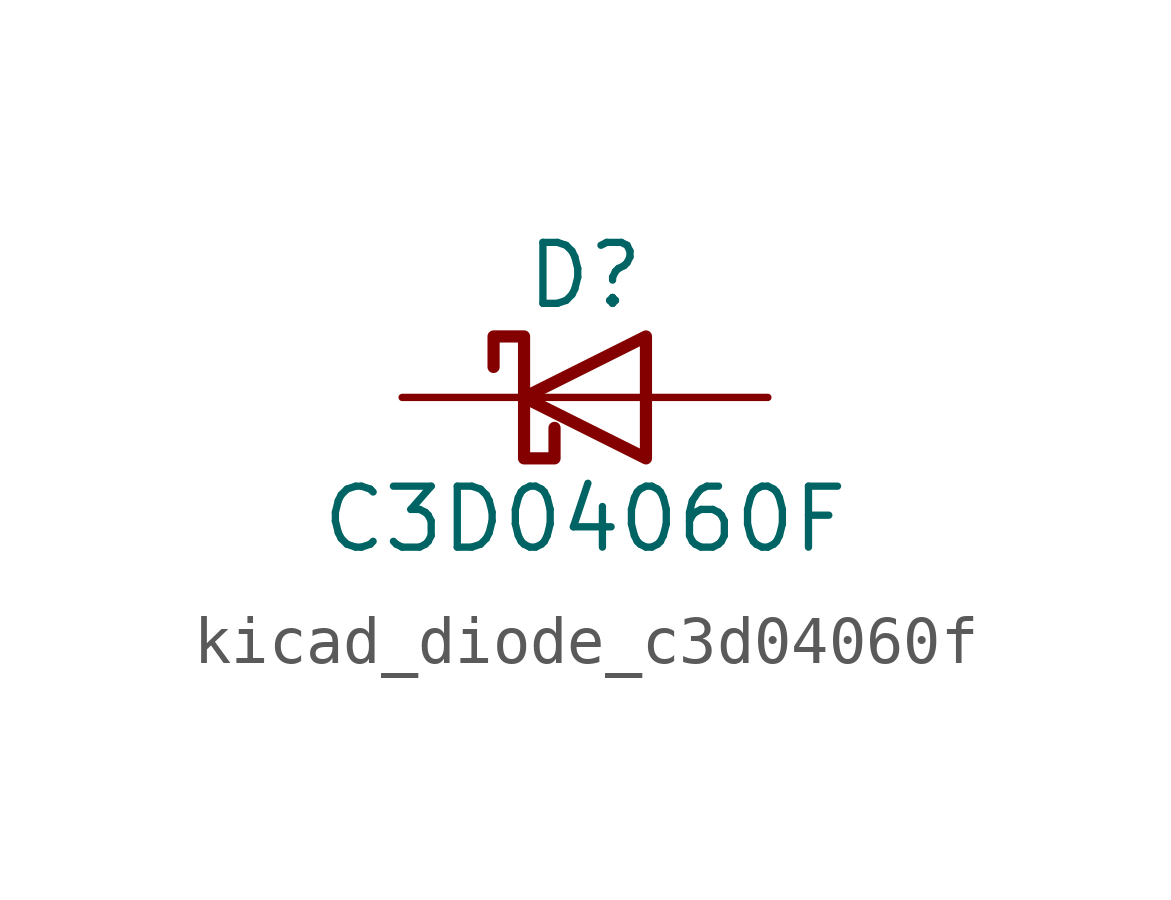
<source format=kicad_sym>
(kicad_symbol_lib
  (version 20220914)
  (generator kicad_symbol_editor)
  (symbol "kicad_diode_c3d04060f"
    (pin_numbers hide)
    (pin_names
      (offset 1.016) hide)
    (property "Reference" "D"
      (at 0 2.54 0)
      (effects (font (size 1.27 1.27))))
    (property "Value" "C3D04060F"
      (at 0 -2.54 0)
      (effects (font (size 1.27 1.27))))
    (symbol "kicad_diode_c3d04060f_0_1"
      (polyline (pts (xy 1.27 0) (xy -1.27 0)) (stroke (width 0) (type default)) (fill (type none)))
      (polyline (pts (xy 1.27 1.27) (xy 1.27 -1.27) (xy -1.27 0) (xy 1.27 1.27)) (stroke (width 0.254) (type default)) (fill (type none)))
      (polyline (pts (xy -1.905 0.635) (xy -1.905 1.27) (xy -1.27 1.27) (xy -1.27 -1.27) (xy -0.635 -1.27) (xy -0.635 -0.635)) (stroke (width 0.254) (type default)) (fill (type none))))
    (symbol "kicad_diode_c3d04060f_1_1"
      (pin passive line (at -3.81 0 0) (length 2.54) (name "K" (effects (font (size 1.27 1.27)))) (number "1" (effects (font (size 1.27 1.27)))))
      (pin passive line (at 3.81 0 180) (length 2.54) (name "A" (effects (font (size 1.27 1.27)))) (number "2" (effects (font (size 1.27 1.27))))))))
</source>
